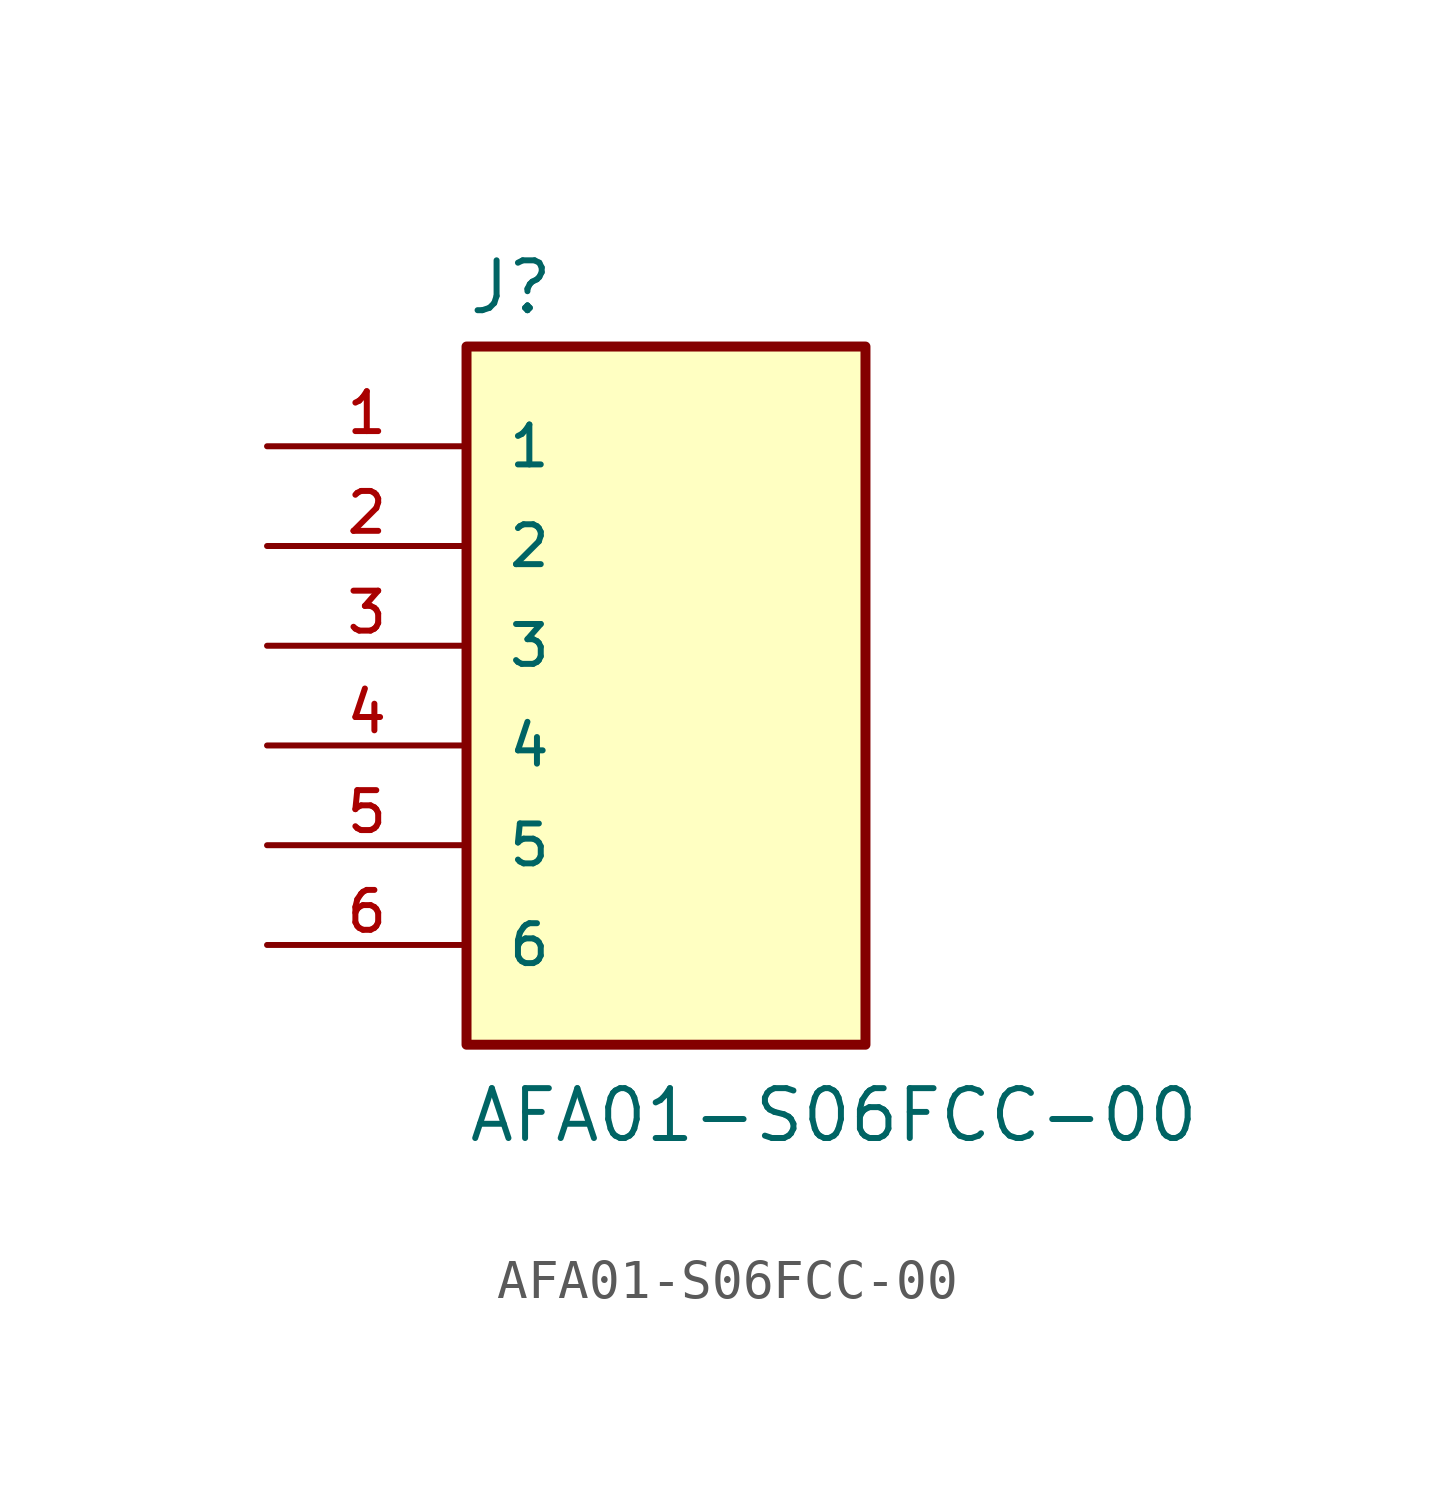
<source format=kicad_sym>
(kicad_symbol_lib
  (version 20211014)
  (generator kicad_symbol_editor)
  (symbol "AFA01-S06FCC-00"
    (pin_names
      (offset 1.016))
    (property "Reference" "J"
      (at -5.08 10.922 0)
      (effects (font (size 1.27 1.27)) (justify bottom left)))
    (property "Value" "AFA01-S06FCC-00"
      (at -5.08 -10.16 0)
      (effects (font (size 1.27 1.27)) (justify bottom left)))
    (symbol "AFA01-S06FCC-00_0_0"
      (rectangle (start -5.08 -7.62) (end 5.08 10.16) (stroke (width 0.254)) (fill (type background)))
      (pin passive line (at -10.16 7.62 0) (length 5.08) (name "1" (effects (font (size 1.016 1.016)))) (number "1" (effects (font (size 1.016 1.016)))))
      (pin passive line (at -10.16 5.08 0) (length 5.08) (name "2" (effects (font (size 1.016 1.016)))) (number "2" (effects (font (size 1.016 1.016)))))
      (pin passive line (at -10.16 2.54 0) (length 5.08) (name "3" (effects (font (size 1.016 1.016)))) (number "3" (effects (font (size 1.016 1.016)))))
      (pin passive line (at -10.16 0.0 0) (length 5.08) (name "4" (effects (font (size 1.016 1.016)))) (number "4" (effects (font (size 1.016 1.016)))))
      (pin passive line (at -10.16 -2.54 0) (length 5.08) (name "5" (effects (font (size 1.016 1.016)))) (number "5" (effects (font (size 1.016 1.016)))))
      (pin passive line (at -10.16 -5.08 0) (length 5.08) (name "6" (effects (font (size 1.016 1.016)))) (number "6" (effects (font (size 1.016 1.016))))))))
</source>
